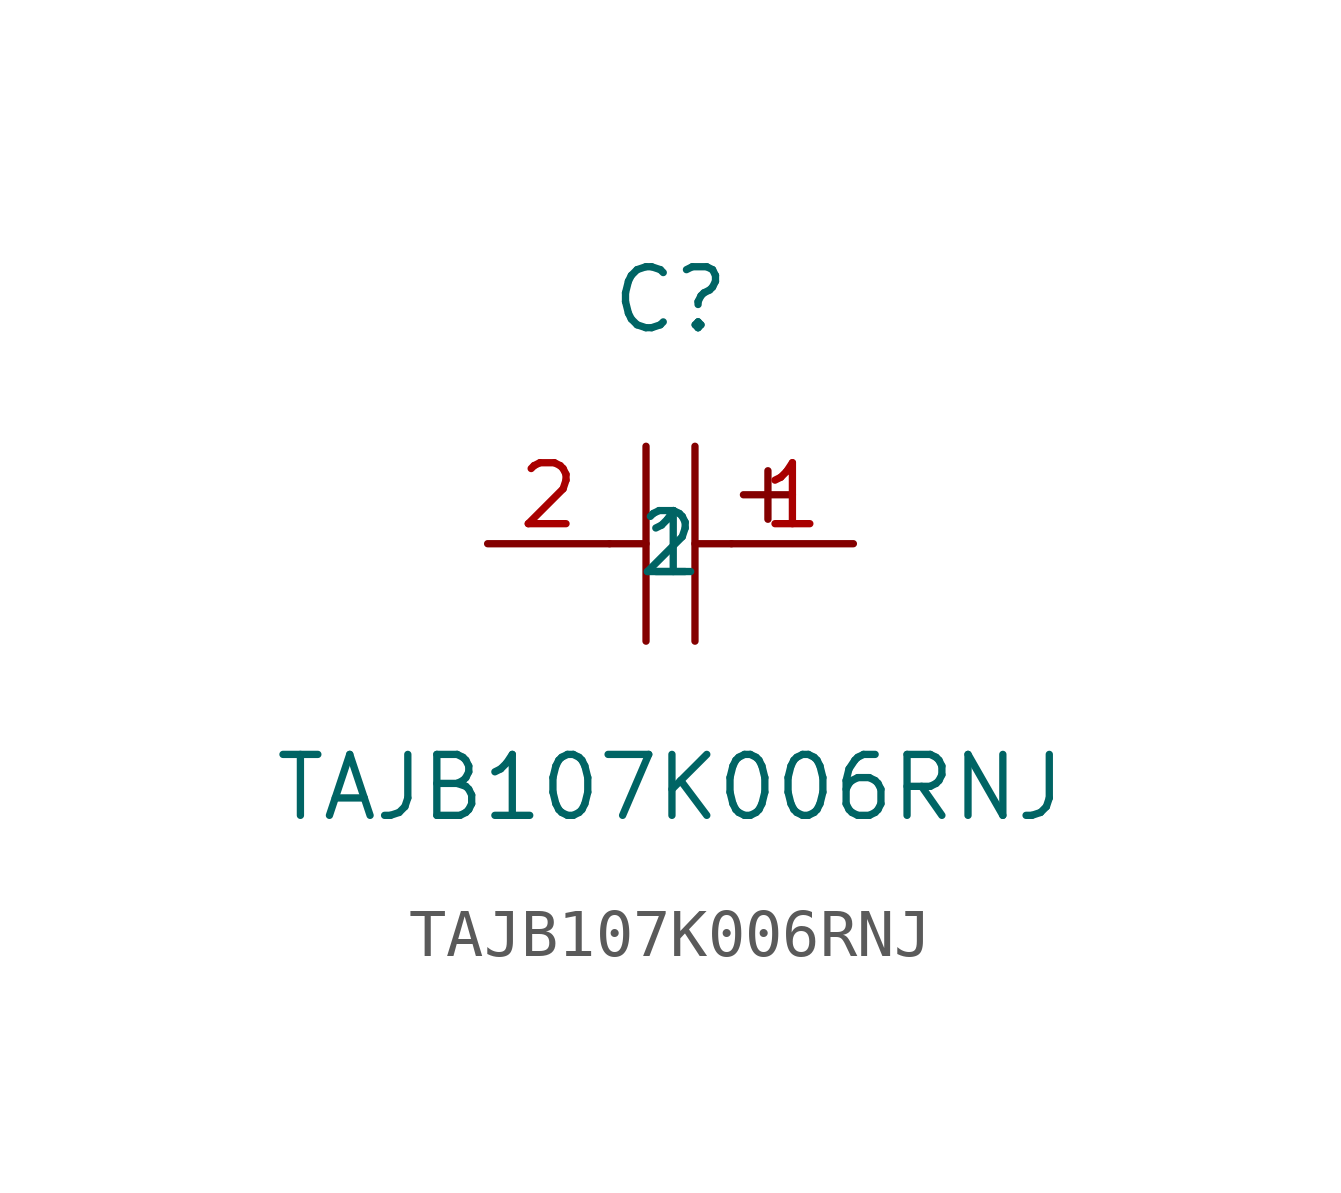
<source format=kicad_sym>
(kicad_symbol_lib
  (version 1)
  (generator "faebryk")
  (symbol "TAJB107K006RNJ"
    (property "Reference" "C"
      (at 0 5.08 0)
      (effects (font (size 1.27 1.27)) (hide no)))
    (property "Value" "TAJB107K006RNJ"
      (at 0 -5.08 0)
      (effects (font (size 1.27 1.27)) (hide no)))
    (symbol "TAJB107K006RNJ_0_1"
      (polyline (stroke (width 0) (type default) (color 0 0 0 0)) (fill (type none)) (pts (xy 0.51 2.03) (xy 0.51 -2.03)))
      (polyline (stroke (width 0) (type default) (color 0 0 0 0)) (fill (type none)) (pts (xy -0.51 2.03) (xy -0.51 -2.03)))
      (polyline (stroke (width 0) (type default) (color 0 0 0 0)) (fill (type none)) (pts (xy 1.27 0) (xy 0.51 0)))
      (polyline (stroke (width 0) (type default) (color 0 0 0 0)) (fill (type none)) (pts (xy -0.51 0) (xy -1.27 0)))
      (polyline (stroke (width 0) (type default) (color 0 0 0 0)) (fill (type none)) (pts (xy 2.54 1.02) (xy 1.52 1.02)))
      (polyline (stroke (width 0) (type default) (color 0 0 0 0)) (fill (type none)) (pts (xy 2.03 1.52) (xy 2.03 0.51)))
      (pin input line (at 3.81 0 180) (length 2.54) (name "1" (effects (font (size 1.27 1.27)) (hide no))) (number "1" (effects (font (size 1.27 1.27)) (hide no))))
      (pin input line (at -3.81 0 0) (length 2.54) (name "2" (effects (font (size 1.27 1.27)) (hide no))) (number "2" (effects (font (size 1.27 1.27)) (hide no)))))))
</source>
